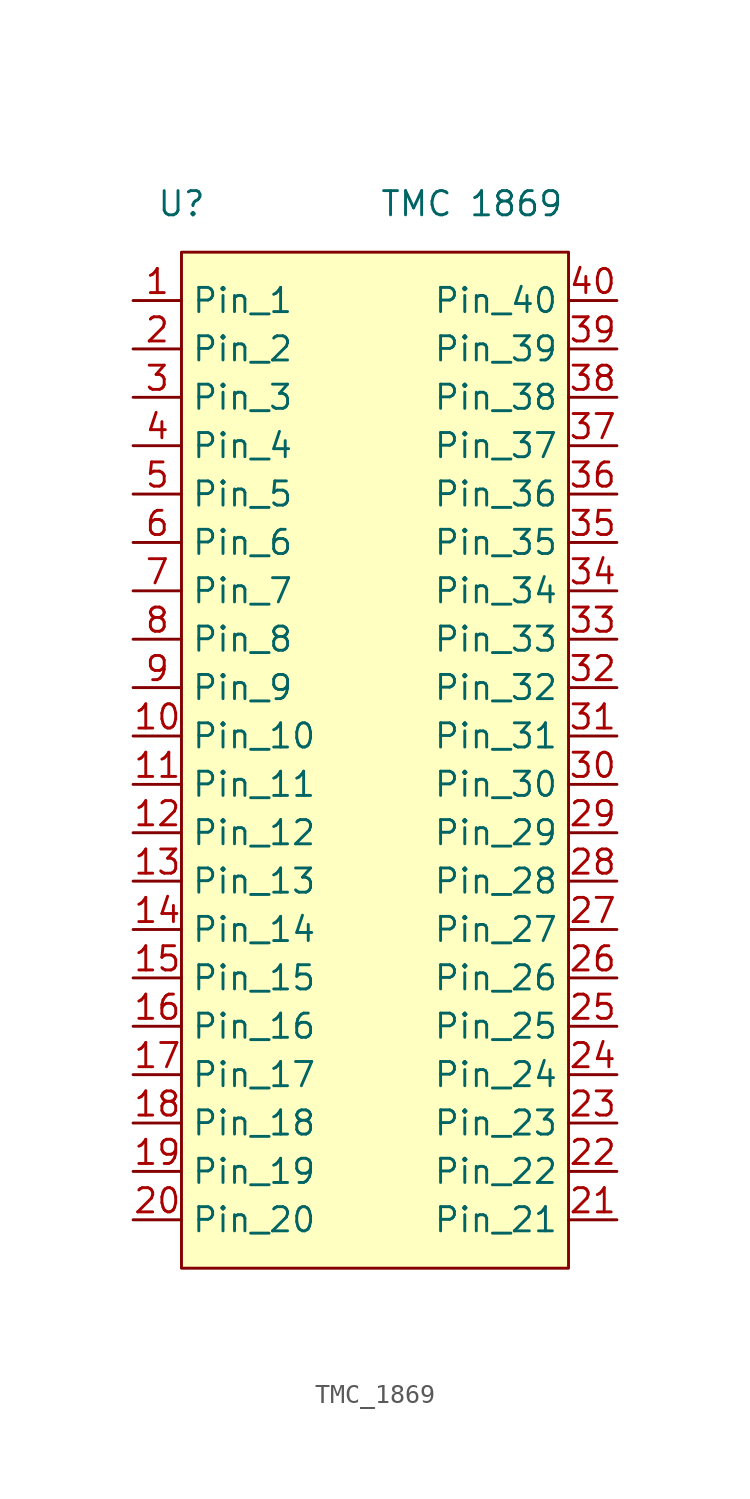
<source format=kicad_sym>
(kicad_symbol_lib
  (version 20241209)
  (generator "kicad_symbol_editor")
  (generator_version "9.0")
  (symbol "TMC_1869"
    (property "Reference" "U"
      (at -10.16 2.54 0)
      (effects (font (size 1.27 1.27))))
    (property "Value" "TMC 1869"
      (at 5.08 2.54 0)
      (effects (font (size 1.27 1.27))))
    (symbol "TMC_1869_1_1"
      (rectangle (start -10.16 0) (end 10.16 -53.34) (stroke (width 0) (type solid)) (fill (type color) (color 255 255 194 1)))
      (pin input line (at -12.7 -2.54 0) (length 2.54) (name "Pin_1" (effects (font (size 1.27 1.27)))) (number "1" (effects (font (size 1.27 1.27)))))
      (pin input line (at -12.7 -5.08 0) (length 2.54) (name "Pin_2" (effects (font (size 1.27 1.27)))) (number "2" (effects (font (size 1.27 1.27)))))
      (pin input line (at -12.7 -7.62 0) (length 2.54) (name "Pin_3" (effects (font (size 1.27 1.27)))) (number "3" (effects (font (size 1.27 1.27)))))
      (pin input line (at -12.7 -10.16 0) (length 2.54) (name "Pin_4" (effects (font (size 1.27 1.27)))) (number "4" (effects (font (size 1.27 1.27)))))
      (pin input line (at -12.7 -12.7 0) (length 2.54) (name "Pin_5" (effects (font (size 1.27 1.27)))) (number "5" (effects (font (size 1.27 1.27)))))
      (pin input line (at -12.7 -15.24 0) (length 2.54) (name "Pin_6" (effects (font (size 1.27 1.27)))) (number "6" (effects (font (size 1.27 1.27)))))
      (pin input line (at -12.7 -17.78 0) (length 2.54) (name "Pin_7" (effects (font (size 1.27 1.27)))) (number "7" (effects (font (size 1.27 1.27)))))
      (pin input line (at -12.7 -20.32 0) (length 2.54) (name "Pin_8" (effects (font (size 1.27 1.27)))) (number "8" (effects (font (size 1.27 1.27)))))
      (pin input line (at -12.7 -22.86 0) (length 2.54) (name "Pin_9" (effects (font (size 1.27 1.27)))) (number "9" (effects (font (size 1.27 1.27)))))
      (pin input line (at -12.7 -25.4 0) (length 2.54) (name "Pin_10" (effects (font (size 1.27 1.27)))) (number "10" (effects (font (size 1.27 1.27)))))
      (pin input line (at -12.7 -27.94 0) (length 2.54) (name "Pin_11" (effects (font (size 1.27 1.27)))) (number "11" (effects (font (size 1.27 1.27)))))
      (pin input line (at -12.7 -30.48 0) (length 2.54) (name "Pin_12" (effects (font (size 1.27 1.27)))) (number "12" (effects (font (size 1.27 1.27)))))
      (pin input line (at -12.7 -33.02 0) (length 2.54) (name "Pin_13" (effects (font (size 1.27 1.27)))) (number "13" (effects (font (size 1.27 1.27)))))
      (pin input line (at -12.7 -35.56 0) (length 2.54) (name "Pin_14" (effects (font (size 1.27 1.27)))) (number "14" (effects (font (size 1.27 1.27)))))
      (pin input line (at -12.7 -38.1 0) (length 2.54) (name "Pin_15" (effects (font (size 1.27 1.27)))) (number "15" (effects (font (size 1.27 1.27)))))
      (pin input line (at -12.7 -40.64 0) (length 2.54) (name "Pin_16" (effects (font (size 1.27 1.27)))) (number "16" (effects (font (size 1.27 1.27)))))
      (pin input line (at -12.7 -43.18 0) (length 2.54) (name "Pin_17" (effects (font (size 1.27 1.27)))) (number "17" (effects (font (size 1.27 1.27)))))
      (pin input line (at -12.7 -45.72 0) (length 2.54) (name "Pin_18" (effects (font (size 1.27 1.27)))) (number "18" (effects (font (size 1.27 1.27)))))
      (pin input line (at -12.7 -48.26 0) (length 2.54) (name "Pin_19" (effects (font (size 1.27 1.27)))) (number "19" (effects (font (size 1.27 1.27)))))
      (pin input line (at -12.7 -50.8 0) (length 2.54) (name "Pin_20" (effects (font (size 1.27 1.27)))) (number "20" (effects (font (size 1.27 1.27)))))
      (pin input line (at 12.7 -2.54 180) (length 2.54) (name "Pin_40" (effects (font (size 1.27 1.27)))) (number "40" (effects (font (size 1.27 1.27)))))
      (pin input line (at 12.7 -5.08 180) (length 2.54) (name "Pin_39" (effects (font (size 1.27 1.27)))) (number "39" (effects (font (size 1.27 1.27)))))
      (pin input line (at 12.7 -7.62 180) (length 2.54) (name "Pin_38" (effects (font (size 1.27 1.27)))) (number "38" (effects (font (size 1.27 1.27)))))
      (pin input line (at 12.7 -10.16 180) (length 2.54) (name "Pin_37" (effects (font (size 1.27 1.27)))) (number "37" (effects (font (size 1.27 1.27)))))
      (pin input line (at 12.7 -12.7 180) (length 2.54) (name "Pin_36" (effects (font (size 1.27 1.27)))) (number "36" (effects (font (size 1.27 1.27)))))
      (pin input line (at 12.7 -15.24 180) (length 2.54) (name "Pin_35" (effects (font (size 1.27 1.27)))) (number "35" (effects (font (size 1.27 1.27)))))
      (pin input line (at 12.7 -17.78 180) (length 2.54) (name "Pin_34" (effects (font (size 1.27 1.27)))) (number "34" (effects (font (size 1.27 1.27)))))
      (pin input line (at 12.7 -20.32 180) (length 2.54) (name "Pin_33" (effects (font (size 1.27 1.27)))) (number "33" (effects (font (size 1.27 1.27)))))
      (pin input line (at 12.7 -22.86 180) (length 2.54) (name "Pin_32" (effects (font (size 1.27 1.27)))) (number "32" (effects (font (size 1.27 1.27)))))
      (pin input line (at 12.7 -25.4 180) (length 2.54) (name "Pin_31" (effects (font (size 1.27 1.27)))) (number "31" (effects (font (size 1.27 1.27)))))
      (pin input line (at 12.7 -27.94 180) (length 2.54) (name "Pin_30" (effects (font (size 1.27 1.27)))) (number "30" (effects (font (size 1.27 1.27)))))
      (pin input line (at 12.7 -30.48 180) (length 2.54) (name "Pin_29" (effects (font (size 1.27 1.27)))) (number "29" (effects (font (size 1.27 1.27)))))
      (pin input line (at 12.7 -33.02 180) (length 2.54) (name "Pin_28" (effects (font (size 1.27 1.27)))) (number "28" (effects (font (size 1.27 1.27)))))
      (pin input line (at 12.7 -35.56 180) (length 2.54) (name "Pin_27" (effects (font (size 1.27 1.27)))) (number "27" (effects (font (size 1.27 1.27)))))
      (pin input line (at 12.7 -38.1 180) (length 2.54) (name "Pin_26" (effects (font (size 1.27 1.27)))) (number "26" (effects (font (size 1.27 1.27)))))
      (pin input line (at 12.7 -40.64 180) (length 2.54) (name "Pin_25" (effects (font (size 1.27 1.27)))) (number "25" (effects (font (size 1.27 1.27)))))
      (pin input line (at 12.7 -43.18 180) (length 2.54) (name "Pin_24" (effects (font (size 1.27 1.27)))) (number "24" (effects (font (size 1.27 1.27)))))
      (pin input line (at 12.7 -45.72 180) (length 2.54) (name "Pin_23" (effects (font (size 1.27 1.27)))) (number "23" (effects (font (size 1.27 1.27)))))
      (pin input line (at 12.7 -48.26 180) (length 2.54) (name "Pin_22" (effects (font (size 1.27 1.27)))) (number "22" (effects (font (size 1.27 1.27)))))
      (pin input line (at 12.7 -50.8 180) (length 2.54) (name "Pin_21" (effects (font (size 1.27 1.27)))) (number "21" (effects (font (size 1.27 1.27))))))))
</source>
